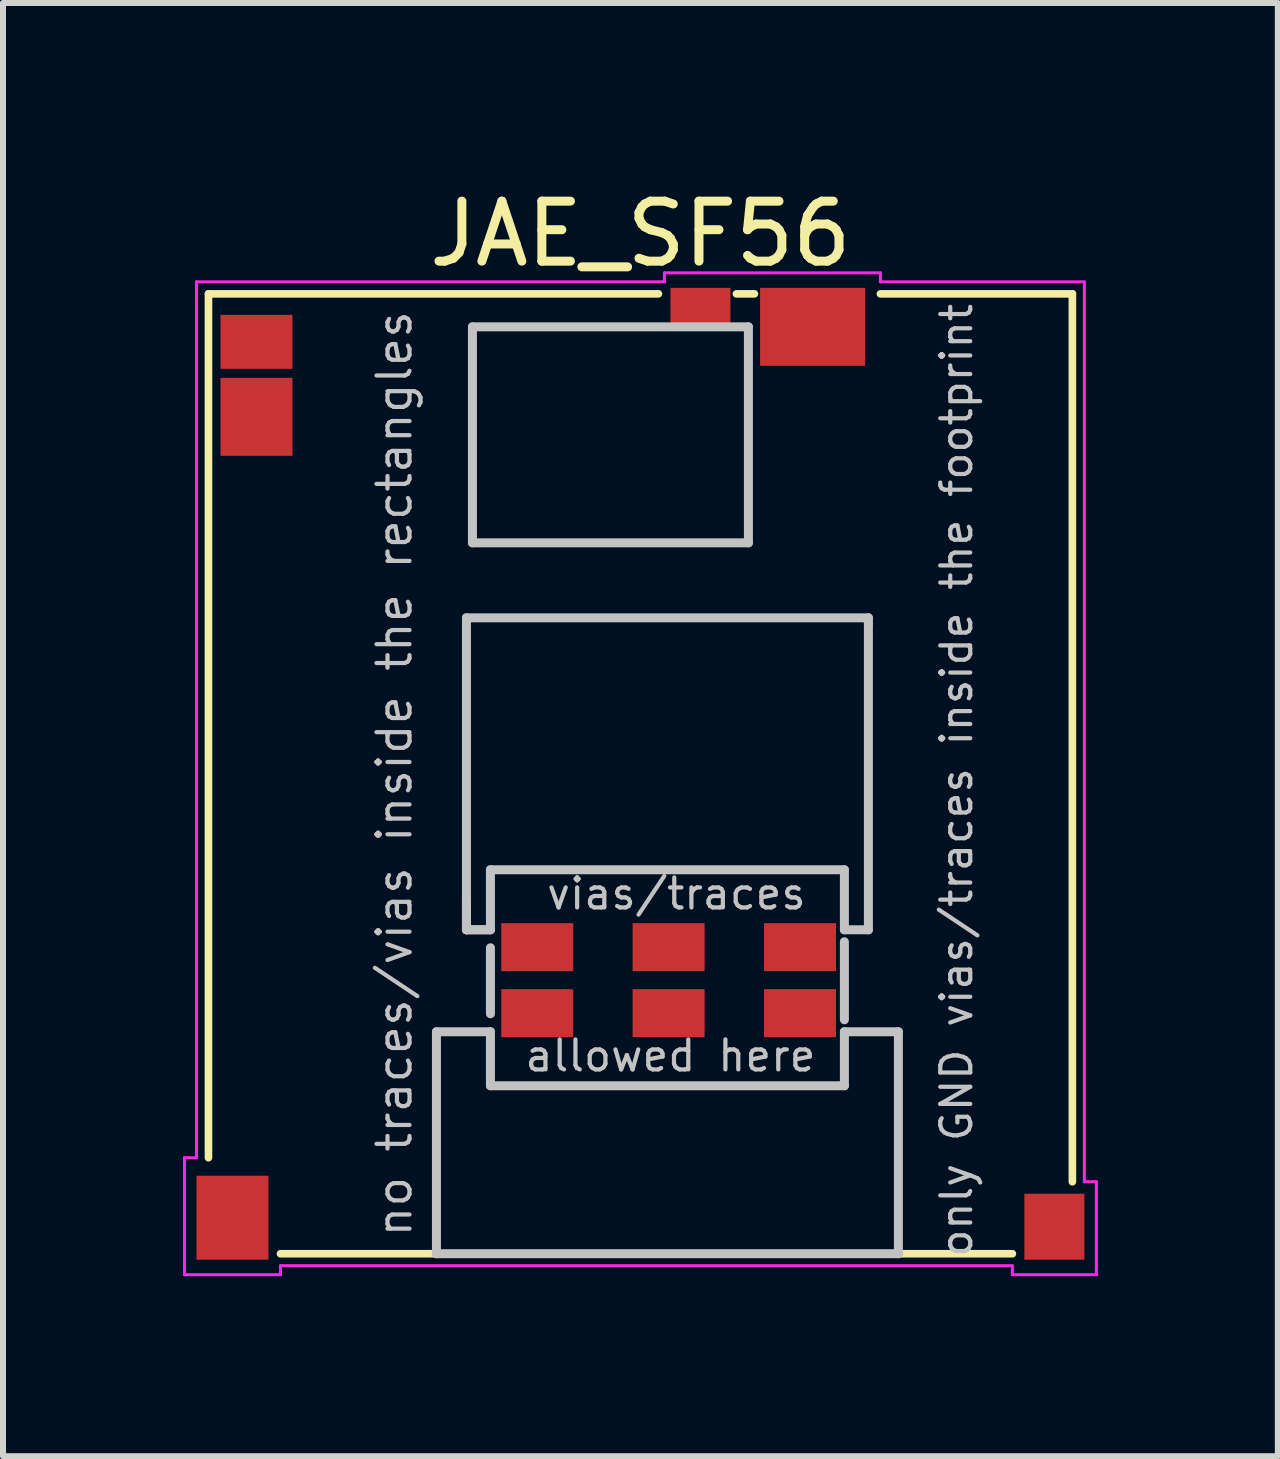
<source format=kicad_pcb>
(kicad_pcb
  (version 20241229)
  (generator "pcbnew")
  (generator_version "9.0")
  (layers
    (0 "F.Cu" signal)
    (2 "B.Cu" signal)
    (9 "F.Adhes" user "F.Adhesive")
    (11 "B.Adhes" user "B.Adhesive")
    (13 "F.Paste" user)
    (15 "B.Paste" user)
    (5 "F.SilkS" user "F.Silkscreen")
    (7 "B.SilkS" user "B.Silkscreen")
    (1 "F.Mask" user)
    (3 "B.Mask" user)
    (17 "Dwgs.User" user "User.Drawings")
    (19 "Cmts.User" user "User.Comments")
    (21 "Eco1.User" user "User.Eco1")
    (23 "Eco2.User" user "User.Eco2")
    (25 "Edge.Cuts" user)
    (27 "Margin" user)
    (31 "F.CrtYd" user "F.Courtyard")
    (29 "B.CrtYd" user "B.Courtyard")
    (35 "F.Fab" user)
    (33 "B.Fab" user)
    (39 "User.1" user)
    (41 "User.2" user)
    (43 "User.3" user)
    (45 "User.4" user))
  (footprint "JAE_SF56"
    (layer "F.Cu")
    (at 7.625 9.848)
    (property "Reference" "JAE_SF56" (at 0 -9 0) (layer "F.SilkS") (effects (font (size 1 1) (thickness 0.15))))
    (attr smd)
    (fp_line (start -7.2 -8) (end -7.2 6.4) (stroke (width 0.127) (type solid)) (layer "F.SilkS"))
    (fp_line (start -7.2 -8) (end 0.3 -8) (stroke (width 0.127) (type solid)) (layer "F.SilkS"))
    (fp_line (start -6 8) (end 6.2 8) (stroke (width 0.127) (type solid)) (layer "F.SilkS"))
    (fp_line (start 1.9 -8) (end 1.6 -8) (stroke (width 0.127) (type solid)) (layer "F.SilkS"))
    (fp_line (start 7.2 -8) (end 4 -8) (stroke (width 0.127) (type solid)) (layer "F.SilkS"))
    (fp_line (start 7.2 6.8) (end 7.2 -8) (stroke (width 0.127) (type solid)) (layer "F.SilkS"))
    (fp_line (start -3.4 4.3) (end -2.5 4.3) (stroke (width 0.15) (type solid)) (layer "Dwgs.User"))
    (fp_line (start -3.4 8) (end -3.4 4.3) (stroke (width 0.15) (type solid)) (layer "Dwgs.User"))
    (fp_line (start -3.4 8) (end 4.3 8) (stroke (width 0.15) (type solid)) (layer "Dwgs.User"))
    (fp_line (start -2.9 -2.6) (end -2.9 2.6) (stroke (width 0.15) (type solid)) (layer "Dwgs.User"))
    (fp_line (start -2.9 2.1) (end -2.9 2.6) (stroke (width 0.15) (type solid)) (layer "Dwgs.User"))
    (fp_line (start -2.9 2.6) (end -2.5 2.6) (stroke (width 0.15) (type solid)) (layer "Dwgs.User"))
    (fp_line (start -2.9 2.6) (end -2.5 2.6) (stroke (width 0.15) (type solid)) (layer "Dwgs.User"))
    (fp_line (start -2.8 -7.45) (end -2.8 -3.85) (stroke (width 0.15) (type solid)) (layer "Dwgs.User"))
    (fp_line (start -2.8 -3.85) (end 1.8 -3.85) (stroke (width 0.15) (type solid)) (layer "Dwgs.User"))
    (fp_line (start -2.5 1.6) (end 3.4 1.6) (stroke (width 0.15) (type solid)) (layer "Dwgs.User"))
    (fp_line (start -2.5 2.6) (end -2.5 1.6) (stroke (width 0.15) (type solid)) (layer "Dwgs.User"))
    (fp_line (start -2.5 2.9) (end -2.5 4) (stroke (width 0.15) (type solid)) (layer "Dwgs.User"))
    (fp_line (start -2.5 5.2) (end -2.5 4.3) (stroke (width 0.15) (type solid)) (layer "Dwgs.User"))
    (fp_line (start 1.8 -7.45) (end -2.8 -7.45) (stroke (width 0.15) (type solid)) (layer "Dwgs.User"))
    (fp_line (start 1.8 -3.85) (end 1.8 -7.45) (stroke (width 0.15) (type solid)) (layer "Dwgs.User"))
    (fp_line (start 3.4 1.6) (end 3.4 2.6) (stroke (width 0.15) (type solid)) (layer "Dwgs.User"))
    (fp_line (start 3.4 2.6) (end 3.8 2.6) (stroke (width 0.15) (type solid)) (layer "Dwgs.User"))
    (fp_line (start 3.4 2.8) (end 3.4 4.1) (stroke (width 0.15) (type solid)) (layer "Dwgs.User"))
    (fp_line (start 3.4 4.3) (end 3.4 5.2) (stroke (width 0.15) (type solid)) (layer "Dwgs.User"))
    (fp_line (start 3.4 5.2) (end -2.5 5.2) (stroke (width 0.15) (type solid)) (layer "Dwgs.User"))
    (fp_line (start 3.8 -2.6) (end -2.9 -2.6) (stroke (width 0.15) (type solid)) (layer "Dwgs.User"))
    (fp_line (start 3.8 -2.5) (end 3.8 -2.6) (stroke (width 0.15) (type solid)) (layer "Dwgs.User"))
    (fp_line (start 3.8 2.6) (end 3.8 -2.5) (stroke (width 0.15) (type solid)) (layer "Dwgs.User"))
    (fp_line (start 4.3 4.3) (end 3.4 4.3) (stroke (width 0.15) (type solid)) (layer "Dwgs.User"))
    (fp_line (start 4.3 8) (end 4.3 4.3) (stroke (width 0.15) (type solid)) (layer "Dwgs.User"))
    (fp_line (start -7.6 6.4) (end -7.4 6.4) (stroke (width 0.05) (type solid)) (layer "F.CrtYd"))
    (fp_line (start -7.6 8.35) (end -7.6 6.4) (stroke (width 0.05) (type solid)) (layer "F.CrtYd"))
    (fp_line (start -7.4 -8.2) (end 0.4 -8.2) (stroke (width 0.05) (type solid)) (layer "F.CrtYd"))
    (fp_line (start -7.4 6.4) (end -7.4 -8.2) (stroke (width 0.05) (type solid)) (layer "F.CrtYd"))
    (fp_line (start -6 8.2) (end -6 8.35) (stroke (width 0.05) (type solid)) (layer "F.CrtYd"))
    (fp_line (start -6 8.35) (end -7.6 8.35) (stroke (width 0.05) (type solid)) (layer "F.CrtYd"))
    (fp_line (start 0.4 -8.35) (end 4 -8.35) (stroke (width 0.05) (type solid)) (layer "F.CrtYd"))
    (fp_line (start 0.4 -8.2) (end 0.4 -8.35) (stroke (width 0.05) (type solid)) (layer "F.CrtYd"))
    (fp_line (start 4 -8.35) (end 4 -8.2) (stroke (width 0.05) (type solid)) (layer "F.CrtYd"))
    (fp_line (start 4 -8.2) (end 7.4 -8.2) (stroke (width 0.05) (type solid)) (layer "F.CrtYd"))
    (fp_line (start 6.2 8.2) (end -6 8.2) (stroke (width 0.05) (type solid)) (layer "F.CrtYd"))
    (fp_line (start 6.2 8.35) (end 6.2 8.2) (stroke (width 0.05) (type solid)) (layer "F.CrtYd"))
    (fp_line (start 7.4 6.8) (end 7.4 -8.2) (stroke (width 0.05) (type solid)) (layer "F.CrtYd"))
    (fp_line (start 7.6 6.8) (end 7.4 6.8) (stroke (width 0.05) (type solid)) (layer "F.CrtYd"))
    (fp_line (start 7.6 8.35) (end 6.2 8.35) (stroke (width 0.05) (type solid)) (layer "F.CrtYd"))
    (fp_line (start 7.6 8.35) (end 7.6 6.8) (stroke (width 0.05) (type solid)) (layer "F.CrtYd"))
    (fp_text user "allowed here" (at 0.5 4.7 0) (layer "Dwgs.User") (effects (font (size 0.5 0.5) (thickness 0.07))))
    (fp_text user "vias/traces" (at 0.6 2 0) (layer "Dwgs.User") (effects (font (size 0.5 0.5) (thickness 0.07))))
    (fp_text user "only GND vias/traces inside the footprint" (at 5.27 0.11 90) (layer "Dwgs.User") (effects (font (size 0.5 0.5) (thickness 0.07))))
    (fp_text user "no traces/vias inside the rectangles" (at -4.1 0 90) (layer "Dwgs.User") (effects (font (size 0.55 0.55) (thickness 0.07))))
    (pad "C1" smd rect (at 2.66 3.99) (size 1.2 0.8) (layers "F.Cu" "F.Mask" "F.Paste"))
    (pad "C2" smd rect (at 0.47 3.99) (size 1.2 0.8) (layers "F.Cu" "F.Mask" "F.Paste"))
    (pad "C3" smd rect (at -1.72 3.99) (size 1.2 0.8) (layers "F.Cu" "F.Mask" "F.Paste"))
    (pad "C5" smd rect (at 2.66 2.89) (size 1.2 0.8) (layers "F.Cu" "F.Mask" "F.Paste"))
    (pad "C6" smd rect (at 0.47 2.89) (size 1.2 0.8) (layers "F.Cu" "F.Mask" "F.Paste"))
    (pad "C7" smd rect (at -1.72 2.89) (size 1.2 0.8) (layers "F.Cu" "F.Mask" "F.Paste"))
    (pad "DSW1" smd rect (at -6.4 -7.2) (size 1.2 0.9) (layers "F.Cu" "F.Mask" "F.Paste"))
    (pad "DSW2" smd rect (at 1 -7.775) (size 1 0.65) (layers "F.Cu" "F.Mask" "F.Paste"))
    (pad "HD1" smd rect (at -6.8 7.4) (size 1.2 1.4) (layers "F.Cu" "F.Mask" "F.Paste"))
    (pad "HD2" smd rect (at -6.4 -5.95) (size 1.2 1.3) (layers "F.Cu" "F.Mask" "F.Paste"))
    (pad "HD3" smd rect (at 2.87 -7.45) (size 1.75 1.3) (layers "F.Cu" "F.Mask" "F.Paste"))
    (pad "HD4" smd rect (at 6.9 7.55) (size 1 1.1) (layers "F.Cu" "F.Mask" "F.Paste")))
  (gr_rect
    (start -3 -3)
    (end 18.25 21.223)
    (stroke (width 0.1) (type default))
    (fill no)
    (layer "Edge.Cuts")))
</source>
